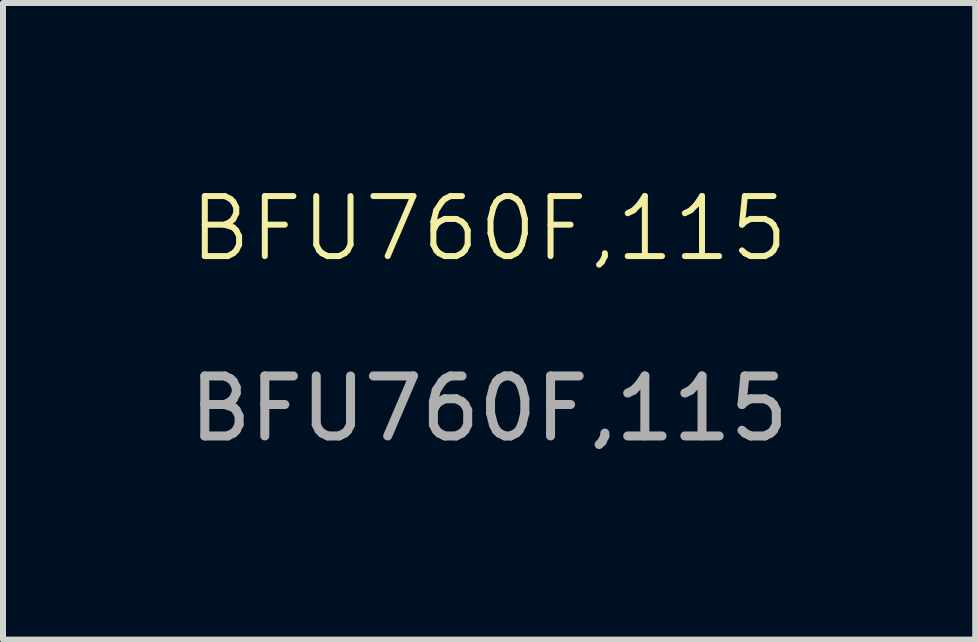
<source format=kicad_pcb>
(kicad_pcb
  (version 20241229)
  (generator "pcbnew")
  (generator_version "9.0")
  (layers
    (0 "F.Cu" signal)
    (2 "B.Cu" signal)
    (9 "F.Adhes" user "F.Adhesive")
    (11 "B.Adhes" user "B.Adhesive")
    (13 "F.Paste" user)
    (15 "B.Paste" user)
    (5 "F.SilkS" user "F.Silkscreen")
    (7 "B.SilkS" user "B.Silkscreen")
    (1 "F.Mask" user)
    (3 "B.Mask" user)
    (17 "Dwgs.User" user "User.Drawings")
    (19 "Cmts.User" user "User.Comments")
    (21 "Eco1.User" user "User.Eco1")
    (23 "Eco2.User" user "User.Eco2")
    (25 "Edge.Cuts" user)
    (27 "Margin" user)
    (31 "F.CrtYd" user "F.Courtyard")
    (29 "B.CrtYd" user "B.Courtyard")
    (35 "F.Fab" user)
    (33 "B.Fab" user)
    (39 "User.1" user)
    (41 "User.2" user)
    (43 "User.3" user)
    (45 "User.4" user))
  (footprint "BFU760F,115"
    (layer "F.Cu")
    (at 5.101 1.26)
    (property "Reference" "BFU760F,115" (at 0 -0.5 0) (unlocked yes) (layer "F.SilkS") (effects (font (size 1 1) (thickness 0.1))))
    (attr smd)
    (fp_text user "${REFERENCE}" (at 0 2.5 0) (unlocked yes) (layer "F.Fab") (effects (font (size 1 1) (thickness 0.15)))))
  (gr_rect
    (start -3 -3)
    (end 13.202 7.609)
    (stroke (width 0.1) (type default))
    (fill no)
    (layer "Edge.Cuts")))
</source>
